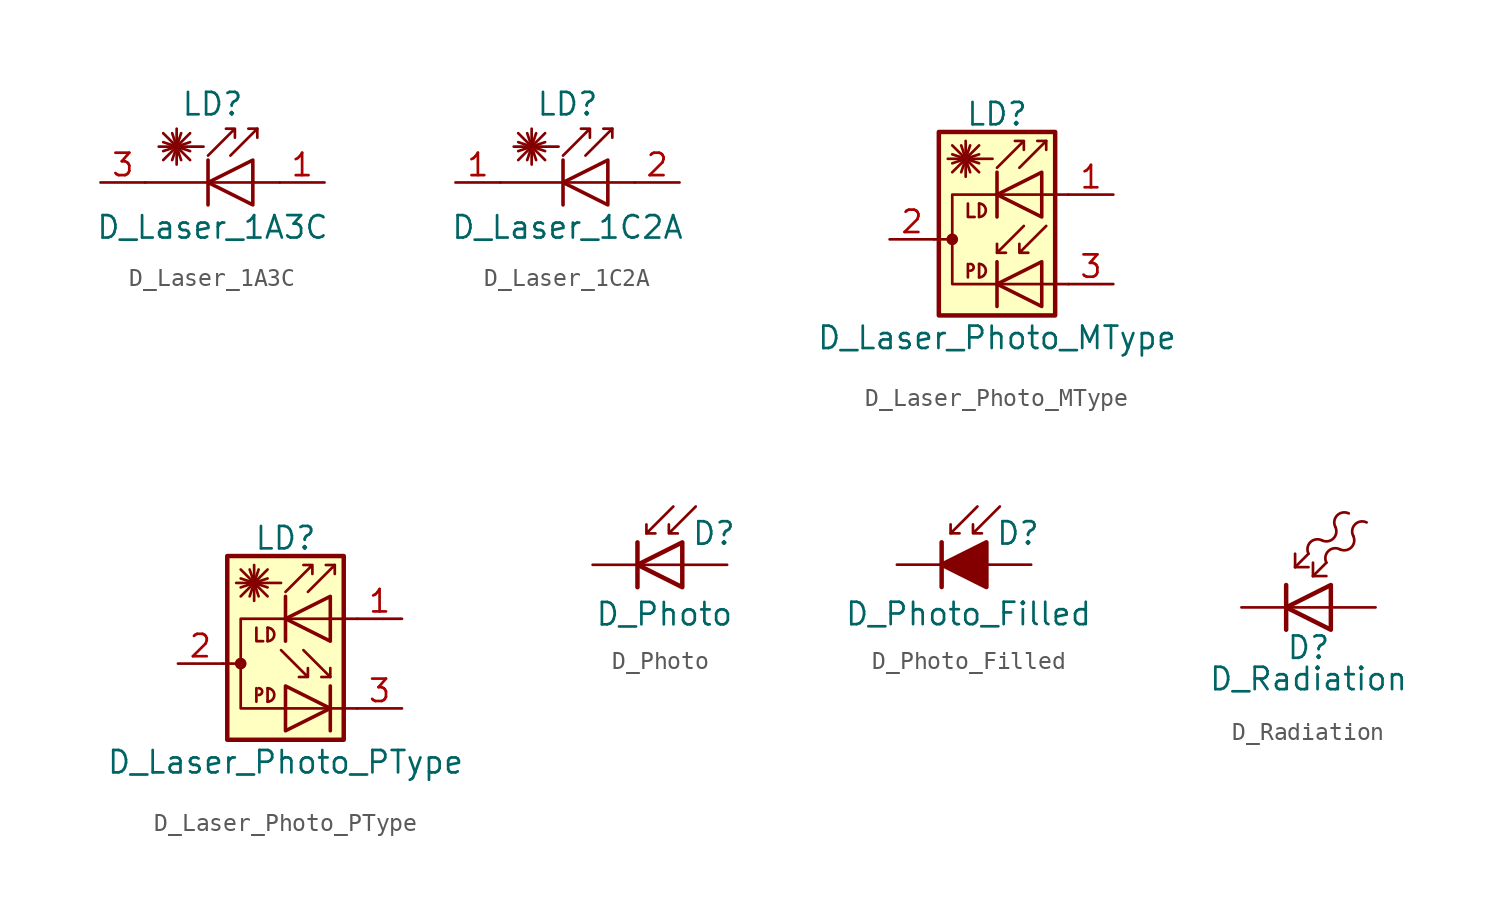
<source format=kicad_sym>
(kicad_symbol_lib
  (version 20201005)
  (generator kicad_symbol_editor)
  (symbol "D_Laser_1A3C"
    (pin_names
      (offset 1.016) hide)
    (property "Reference" "LD"
      (at -1.27 4.445 0)
      (effects (font (size 1.27 1.27))))
    (property "Value" "D_Laser_1A3C"
      (at -1.27 -2.54 0)
      (effects (font (size 1.27 1.27))))
    (symbol "D_Laser_1A3C_0_1"
      (polyline (pts (xy -4.064 1.27) (xy -2.54 2.794)) (stroke (width 0)) (fill (type none)))
      (polyline (pts (xy -4.064 1.778) (xy -2.54 2.286)) (stroke (width 0)) (fill (type none)))
      (polyline (pts (xy -4.064 2.286) (xy -2.54 1.778)) (stroke (width 0)) (fill (type none)))
      (polyline (pts (xy -4.064 2.794) (xy -2.54 1.27)) (stroke (width 0)) (fill (type none)))
      (polyline (pts (xy -3.556 2.794) (xy -3.048 1.27)) (stroke (width 0)) (fill (type none)))
      (polyline (pts (xy -3.302 2.032) (xy -3.302 1.016)) (stroke (width 0)) (fill (type none)))
      (polyline (pts (xy -3.302 2.032) (xy -3.302 3.048)) (stroke (width 0)) (fill (type none)))
      (polyline (pts (xy -3.048 2.794) (xy -3.556 1.27)) (stroke (width 0)) (fill (type none)))
      (polyline (pts (xy -1.778 2.032) (xy -4.318 2.032)) (stroke (width 0)) (fill (type none)))
      (polyline (pts (xy -1.524 1.27) (xy -1.524 -1.27)) (stroke (width 0.203)) (fill (type none)))
      (polyline (pts (xy 1.27 3.048) (xy 0.762 3.048)) (stroke (width 0)) (fill (type none)))
      (polyline (pts (xy 2.54 0) (xy -5.08 0)) (stroke (width 0)) (fill (type none)))
      (polyline (pts (xy -0.254 1.524) (xy 1.27 3.048) (xy 1.27 2.54)) (stroke (width 0)) (fill (type none)))
      (polyline (pts (xy 1.016 1.27) (xy 1.016 -1.27) (xy -1.524 0) (xy 1.016 1.27)) (stroke (width 0.203)) (fill (type none)))
      (polyline (pts (xy -1.524 1.524) (xy 0 3.048) (xy 0 2.54) (xy 0 3.048) (xy -0.508 3.048)) (stroke (width 0)) (fill (type none))))
    (symbol "D_Laser_1A3C_1_1"
      (pin passive line (at 5.08 0 180) (length 2.54) (name "A" (effects (font (size 1.27 1.27)))) (number "1" (effects (font (size 1.27 1.27)))))
      (pin passive line (at -7.62 0 0) (length 2.54) (name "K" (effects (font (size 1.27 1.27)))) (number "3" (effects (font (size 1.27 1.27)))))))
  (symbol "D_Laser_1C2A"
    (pin_names
      (offset 1.016) hide)
    (property "Reference" "LD"
      (at -1.27 4.445 0)
      (effects (font (size 1.27 1.27))))
    (property "Value" "D_Laser_1C2A"
      (at -1.27 -2.54 0)
      (effects (font (size 1.27 1.27))))
    (symbol "D_Laser_1C2A_0_1"
      (polyline (pts (xy -4.064 1.27) (xy -2.54 2.794)) (stroke (width 0)) (fill (type none)))
      (polyline (pts (xy -4.064 1.778) (xy -2.54 2.286)) (stroke (width 0)) (fill (type none)))
      (polyline (pts (xy -4.064 2.286) (xy -2.54 1.778)) (stroke (width 0)) (fill (type none)))
      (polyline (pts (xy -4.064 2.794) (xy -2.54 1.27)) (stroke (width 0)) (fill (type none)))
      (polyline (pts (xy -3.556 2.794) (xy -3.048 1.27)) (stroke (width 0)) (fill (type none)))
      (polyline (pts (xy -3.302 2.032) (xy -3.302 1.016)) (stroke (width 0)) (fill (type none)))
      (polyline (pts (xy -3.302 2.032) (xy -3.302 3.048)) (stroke (width 0)) (fill (type none)))
      (polyline (pts (xy -3.048 2.794) (xy -3.556 1.27)) (stroke (width 0)) (fill (type none)))
      (polyline (pts (xy -1.778 2.032) (xy -4.318 2.032)) (stroke (width 0)) (fill (type none)))
      (polyline (pts (xy -1.524 1.27) (xy -1.524 -1.27)) (stroke (width 0.203)) (fill (type none)))
      (polyline (pts (xy 1.27 3.048) (xy 0.762 3.048)) (stroke (width 0)) (fill (type none)))
      (polyline (pts (xy 2.54 0) (xy -5.08 0)) (stroke (width 0)) (fill (type none)))
      (polyline (pts (xy -0.254 1.524) (xy 1.27 3.048) (xy 1.27 2.54)) (stroke (width 0)) (fill (type none)))
      (polyline (pts (xy 1.016 1.27) (xy 1.016 -1.27) (xy -1.524 0) (xy 1.016 1.27)) (stroke (width 0.203)) (fill (type none)))
      (polyline (pts (xy -1.524 1.524) (xy 0 3.048) (xy 0 2.54) (xy 0 3.048) (xy -0.508 3.048)) (stroke (width 0)) (fill (type none))))
    (symbol "D_Laser_1C2A_1_1"
      (pin passive line (at -7.62 0 0) (length 2.54) (name "K" (effects (font (size 1.27 1.27)))) (number "1" (effects (font (size 1.27 1.27)))))
      (pin passive line (at 5.08 0 180) (length 2.54) (name "A" (effects (font (size 1.27 1.27)))) (number "2" (effects (font (size 1.27 1.27)))))))
  (symbol "D_Laser_Photo_MType"
    (pin_names hide)
    (property "Reference" "LD"
      (at 1.016 7.112 0)
      (effects (font (size 1.27 1.27))))
    (property "Value" "D_Laser_Photo_MType"
      (at 1.016 -5.588 0)
      (effects (font (size 1.27 1.27))))
    (symbol "D_Laser_Photo_MType_0_1"
      (arc (start -0.508 -1.778) (end -0.508 -1.397) (radius (at -0.508 -1.6002) (length 0.1778) (angles -89.9 89.9)) (stroke (width 0)) (fill (type none)))
      (arc (start 0 -2.159) (end 0 -1.397) (radius (at 0 -1.778) (length 0.381) (angles -89.9 89.9)) (stroke (width 0)) (fill (type none)))
      (arc (start 0 1.27) (end 0 2.032) (radius (at 0 1.651) (length 0.381) (angles -89.9 89.9)) (stroke (width 0)) (fill (type none)))
      (circle (center -1.524 0) (radius 0.254) (stroke (width 0)) (fill (type outline)))
      (rectangle (start 4.318 6.096) (end -2.286 -4.318) (stroke (width 0.254)) (fill (type background)))
      (polyline (pts (xy -2.54 0) (xy -1.524 0)) (stroke (width 0)) (fill (type none)))
      (polyline (pts (xy -1.524 3.81) (xy 0 5.334)) (stroke (width 0)) (fill (type none)))
      (polyline (pts (xy -1.524 4.318) (xy 0 4.826)) (stroke (width 0)) (fill (type none)))
      (polyline (pts (xy -1.524 4.826) (xy 0 4.318)) (stroke (width 0)) (fill (type none)))
      (polyline (pts (xy -1.524 5.334) (xy 0 3.81)) (stroke (width 0)) (fill (type none)))
      (polyline (pts (xy -1.016 5.334) (xy -0.508 3.81)) (stroke (width 0)) (fill (type none)))
      (polyline (pts (xy -0.762 4.572) (xy -0.762 3.556)) (stroke (width 0)) (fill (type none)))
      (polyline (pts (xy -0.762 4.572) (xy -0.762 5.588)) (stroke (width 0)) (fill (type none)))
      (polyline (pts (xy -0.635 -1.397) (xy -0.635 -2.159)) (stroke (width 0)) (fill (type none)))
      (polyline (pts (xy -0.508 5.334) (xy -1.016 3.81)) (stroke (width 0)) (fill (type none)))
      (polyline (pts (xy 0 -1.397) (xy 0 -2.159)) (stroke (width 0)) (fill (type none)))
      (polyline (pts (xy 0 2.032) (xy 0 1.27)) (stroke (width 0)) (fill (type none)))
      (polyline (pts (xy 0.762 4.572) (xy -1.778 4.572)) (stroke (width 0)) (fill (type none)))
      (polyline (pts (xy 1.016 -1.27) (xy 1.016 -3.81)) (stroke (width 0.203)) (fill (type none)))
      (polyline (pts (xy 1.016 -0.762) (xy 1.524 -0.762)) (stroke (width 0)) (fill (type none)))
      (polyline (pts (xy 1.016 3.81) (xy 1.016 1.27)) (stroke (width 0.203)) (fill (type none)))
      (polyline (pts (xy 3.81 5.588) (xy 3.302 5.588)) (stroke (width 0)) (fill (type none)))
      (polyline (pts (xy -0.635 2.032) (xy -0.635 1.27) (xy -0.254 1.27)) (stroke (width 0)) (fill (type none)))
      (polyline (pts (xy 2.286 4.064) (xy 3.81 5.588) (xy 3.81 5.08)) (stroke (width 0)) (fill (type none)))
      (polyline (pts (xy 2.54 0.762) (xy 1.016 -0.762) (xy 1.016 -0.254)) (stroke (width 0)) (fill (type none)))
      (polyline (pts (xy 3.556 -1.27) (xy 3.556 -3.81) (xy 1.016 -2.54) (xy 3.556 -1.27)) (stroke (width 0.203)) (fill (type none)))
      (polyline (pts (xy 3.556 3.81) (xy 3.556 1.27) (xy 1.016 2.54) (xy 3.556 3.81)) (stroke (width 0.203)) (fill (type none)))
      (polyline (pts (xy 5.08 2.54) (xy -1.524 2.54) (xy -1.524 -2.54) (xy 5.08 -2.54)) (stroke (width 0)) (fill (type none)))
      (polyline (pts (xy 1.016 4.064) (xy 2.54 5.588) (xy 2.54 5.08) (xy 2.54 5.588) (xy 2.032 5.588)) (stroke (width 0)) (fill (type none)))
      (polyline (pts (xy 3.81 0.762) (xy 2.286 -0.762) (xy 2.286 -0.254) (xy 2.286 -0.762) (xy 2.794 -0.762)) (stroke (width 0)) (fill (type none))))
    (symbol "D_Laser_Photo_MType_1_1"
      (pin passive line (at 7.62 2.54 180) (length 2.54) (name "~" (effects (font (size 1.27 1.27)))) (number "1" (effects (font (size 1.27 1.27)))))
      (pin passive line (at -5.08 0 0) (length 2.54) (name "~" (effects (font (size 1.27 1.27)))) (number "2" (effects (font (size 1.27 1.27)))))
      (pin passive line (at 7.62 -2.54 180) (length 2.54) (name "~" (effects (font (size 1.27 1.27)))) (number "3" (effects (font (size 1.27 1.27)))))))
  (symbol "D_Laser_Photo_PType"
    (pin_names hide)
    (property "Reference" "LD"
      (at 1.016 7.112 0)
      (effects (font (size 1.27 1.27))))
    (property "Value" "D_Laser_Photo_PType"
      (at 1.016 -5.588 0)
      (effects (font (size 1.27 1.27))))
    (symbol "D_Laser_Photo_PType_0_1"
      (arc (start -0.508 -1.778) (end -0.508 -1.397) (radius (at -0.508 -1.6002) (length 0.1778) (angles -89.9 89.9)) (stroke (width 0)) (fill (type none)))
      (arc (start 0 -2.159) (end 0 -1.397) (radius (at 0 -1.778) (length 0.381) (angles -89.9 89.9)) (stroke (width 0)) (fill (type none)))
      (arc (start 0 1.27) (end 0 2.032) (radius (at 0 1.651) (length 0.381) (angles -89.9 89.9)) (stroke (width 0)) (fill (type none)))
      (circle (center -1.524 0) (radius 0.254) (stroke (width 0)) (fill (type outline)))
      (rectangle (start 4.318 6.096) (end -2.286 -4.318) (stroke (width 0.254)) (fill (type background)))
      (polyline (pts (xy -2.54 0) (xy -1.524 0)) (stroke (width 0)) (fill (type none)))
      (polyline (pts (xy -1.524 3.81) (xy 0 5.334)) (stroke (width 0)) (fill (type none)))
      (polyline (pts (xy -1.524 4.318) (xy 0 4.826)) (stroke (width 0)) (fill (type none)))
      (polyline (pts (xy -1.524 4.826) (xy 0 4.318)) (stroke (width 0)) (fill (type none)))
      (polyline (pts (xy -1.524 5.334) (xy 0 3.81)) (stroke (width 0)) (fill (type none)))
      (polyline (pts (xy -1.016 5.334) (xy -0.508 3.81)) (stroke (width 0)) (fill (type none)))
      (polyline (pts (xy -0.762 4.572) (xy -0.762 3.556)) (stroke (width 0)) (fill (type none)))
      (polyline (pts (xy -0.762 4.572) (xy -0.762 5.588)) (stroke (width 0)) (fill (type none)))
      (polyline (pts (xy -0.635 -1.397) (xy -0.635 -2.159)) (stroke (width 0)) (fill (type none)))
      (polyline (pts (xy -0.508 5.334) (xy -1.016 3.81)) (stroke (width 0)) (fill (type none)))
      (polyline (pts (xy 0 -1.397) (xy 0 -2.159)) (stroke (width 0)) (fill (type none)))
      (polyline (pts (xy 0 2.032) (xy 0 1.27)) (stroke (width 0)) (fill (type none)))
      (polyline (pts (xy 0.762 4.572) (xy -1.778 4.572)) (stroke (width 0)) (fill (type none)))
      (polyline (pts (xy 1.016 3.81) (xy 1.016 1.27)) (stroke (width 0.203)) (fill (type none)))
      (polyline (pts (xy 3.556 -1.27) (xy 3.556 -3.81)) (stroke (width 0.203)) (fill (type none)))
      (polyline (pts (xy 3.556 -0.762) (xy 3.048 -0.762)) (stroke (width 0)) (fill (type none)))
      (polyline (pts (xy 3.81 5.588) (xy 3.302 5.588)) (stroke (width 0)) (fill (type none)))
      (polyline (pts (xy -0.635 2.032) (xy -0.635 1.27) (xy -0.254 1.27)) (stroke (width 0)) (fill (type none)))
      (polyline (pts (xy 2.032 0.762) (xy 3.556 -0.762) (xy 3.556 -0.254)) (stroke (width 0)) (fill (type none)))
      (polyline (pts (xy 2.286 4.064) (xy 3.81 5.588) (xy 3.81 5.08)) (stroke (width 0)) (fill (type none)))
      (polyline (pts (xy 1.016 -1.27) (xy 1.016 -3.81) (xy 3.556 -2.54) (xy 1.016 -1.27)) (stroke (width 0.203)) (fill (type none)))
      (polyline (pts (xy 3.556 3.81) (xy 3.556 1.27) (xy 1.016 2.54) (xy 3.556 3.81)) (stroke (width 0.203)) (fill (type none)))
      (polyline (pts (xy 5.08 2.54) (xy -1.524 2.54) (xy -1.524 -2.54) (xy 5.08 -2.54)) (stroke (width 0)) (fill (type none)))
      (polyline (pts (xy 0.762 0.762) (xy 2.286 -0.762) (xy 2.286 -0.254) (xy 2.286 -0.762) (xy 1.778 -0.762)) (stroke (width 0)) (fill (type none)))
      (polyline (pts (xy 1.016 4.064) (xy 2.54 5.588) (xy 2.54 5.08) (xy 2.54 5.588) (xy 2.032 5.588)) (stroke (width 0)) (fill (type none))))
    (symbol "D_Laser_Photo_PType_1_1"
      (pin passive line (at 7.62 2.54 180) (length 2.54) (name "~" (effects (font (size 1.27 1.27)))) (number "1" (effects (font (size 1.27 1.27)))))
      (pin passive line (at -5.08 0 0) (length 2.54) (name "~" (effects (font (size 1.27 1.27)))) (number "2" (effects (font (size 1.27 1.27)))))
      (pin passive line (at 7.62 -2.54 180) (length 2.54) (name "~" (effects (font (size 1.27 1.27)))) (number "3" (effects (font (size 1.27 1.27)))))))
  (symbol "D_Photo"
    (pin_numbers hide)
    (pin_names hide)
    (property "Reference" "D"
      (at 0.508 1.778 0)
      (effects (font (size 1.27 1.27)) (justify left)))
    (property "Value" "D_Photo"
      (at -1.016 -2.794 0)
      (effects (font (size 1.27 1.27))))
    (symbol "D_Photo_0_1"
      (polyline (pts (xy -2.54 1.27) (xy -2.54 -1.27)) (stroke (width 0.254)) (fill (type none)))
      (polyline (pts (xy -2.032 1.778) (xy -1.524 1.778)) (stroke (width 0)) (fill (type none)))
      (polyline (pts (xy 0 0) (xy -2.54 0)) (stroke (width 0)) (fill (type none)))
      (polyline (pts (xy -0.508 3.302) (xy -2.032 1.778) (xy -2.032 2.286)) (stroke (width 0)) (fill (type none)))
      (polyline (pts (xy 0 -1.27) (xy 0 1.27) (xy -2.54 0) (xy 0 -1.27)) (stroke (width 0.254)) (fill (type none)))
      (polyline (pts (xy 0.762 3.302) (xy -0.762 1.778) (xy -0.762 2.286) (xy -0.762 1.778) (xy -0.254 1.778)) (stroke (width 0)) (fill (type none))))
    (symbol "D_Photo_1_1"
      (pin passive line (at -5.08 0 0) (length 2.54) (name "K" (effects (font (size 1.27 1.27)))) (number "1" (effects (font (size 1.27 1.27)))))
      (pin passive line (at 2.54 0 180) (length 2.54) (name "A" (effects (font (size 1.27 1.27)))) (number "2" (effects (font (size 1.27 1.27)))))))
  (symbol "D_Photo_Filled"
    (pin_numbers hide)
    (pin_names hide)
    (property "Reference" "D"
      (at 0.508 1.778 0)
      (effects (font (size 1.27 1.27)) (justify left)))
    (property "Value" "D_Photo_Filled"
      (at -1.016 -2.794 0)
      (effects (font (size 1.27 1.27))))
    (symbol "D_Photo_Filled_0_1"
      (polyline (pts (xy -2.54 1.27) (xy -2.54 -1.27)) (stroke (width 0.254)) (fill (type none)))
      (polyline (pts (xy -2.032 1.778) (xy -1.524 1.778)) (stroke (width 0)) (fill (type none)))
      (polyline (pts (xy 0 0) (xy -2.54 0)) (stroke (width 0)) (fill (type none)))
      (polyline (pts (xy -0.508 3.302) (xy -2.032 1.778) (xy -2.032 2.286)) (stroke (width 0)) (fill (type none)))
      (polyline (pts (xy 0.762 3.302) (xy -0.762 1.778) (xy -0.762 2.286) (xy -0.762 1.778) (xy -0.254 1.778)) (stroke (width 0)) (fill (type none)))
      (polyline (pts (xy 0 -1.27) (xy 0 1.27) (xy -2.54 0) (xy 0 -1.27)) (stroke (width 0.254)) (fill (type outline))))
    (symbol "D_Photo_Filled_1_1"
      (pin passive line (at -5.08 0 0) (length 2.54) (name "K" (effects (font (size 1.27 1.27)))) (number "1" (effects (font (size 1.27 1.27)))))
      (pin passive line (at 2.54 0 180) (length 2.54) (name "A" (effects (font (size 1.27 1.27)))) (number "2" (effects (font (size 1.27 1.27)))))))
  (symbol "D_Radiation"
    (pin_numbers hide)
    (pin_names
      (offset 1.016) hide)
    (property "Reference" "D"
      (at -1.27 -2.286 0)
      (effects (font (size 1.27 1.27))))
    (property "Value" "D_Radiation"
      (at -1.27 -4.064 0)
      (effects (font (size 1.27 1.27))))
    (symbol "D_Radiation_0_1"
      (arc (start -0.508 3.81) (end -1.27 3.048) (radius (at -0.762 3.302) (length 0.5588) (angles 63.4 -153.4)) (stroke (width 0)) (fill (type none)))
      (arc (start -0.508 3.81) (end 0.254 4.572) (radius (at -0.254 4.318) (length 0.5588) (angles -116.6 26.6)) (stroke (width 0)) (fill (type none)))
      (arc (start 0.508 3.302) (end -0.254 2.54) (radius (at 0.254 2.794) (length 0.5588) (angles 63.4 -153.4)) (stroke (width 0)) (fill (type none)))
      (arc (start 0.508 3.302) (end 1.27 4.064) (radius (at 0.762 3.81) (length 0.5588) (angles -116.6 26.6)) (stroke (width 0)) (fill (type none)))
      (arc (start 0.254 4.572) (end 1.016 5.334) (radius (at 0.762 4.826) (length 0.5588) (angles -153.4 63.4)) (stroke (width 0)) (fill (type none)))
      (arc (start 1.27 4.064) (end 2.032 4.826) (radius (at 1.778 4.318) (length 0.5588) (angles -153.4 63.4)) (stroke (width 0)) (fill (type none)))
      (polyline (pts (xy -2.54 1.27) (xy -2.54 -1.27)) (stroke (width 0.254)) (fill (type none)))
      (polyline (pts (xy -2.032 2.286) (xy -1.27 2.286)) (stroke (width 0)) (fill (type none)))
      (polyline (pts (xy -2.032 2.286) (xy -1.27 3.048)) (stroke (width 0)) (fill (type none)))
      (polyline (pts (xy -2.032 3.048) (xy -2.032 2.286)) (stroke (width 0)) (fill (type none)))
      (polyline (pts (xy -1.016 1.778) (xy -0.254 1.778)) (stroke (width 0)) (fill (type none)))
      (polyline (pts (xy -1.016 1.778) (xy -0.254 2.54)) (stroke (width 0)) (fill (type none)))
      (polyline (pts (xy -1.016 2.54) (xy -1.016 1.778)) (stroke (width 0)) (fill (type none)))
      (polyline (pts (xy 0 0) (xy -2.54 0)) (stroke (width 0)) (fill (type none)))
      (polyline (pts (xy 0 1.27) (xy 0 -1.27) (xy -2.54 0) (xy 0 1.27)) (stroke (width 0.254)) (fill (type none))))
    (symbol "D_Radiation_1_1"
      (pin passive line (at -5.08 0 0) (length 2.54) (name "K" (effects (font (size 1.27 1.27)))) (number "1" (effects (font (size 1.27 1.27)))))
      (pin passive line (at 2.54 0 180) (length 2.54) (name "A" (effects (font (size 1.27 1.27)))) (number "2" (effects (font (size 1.27 1.27))))))))
</source>
